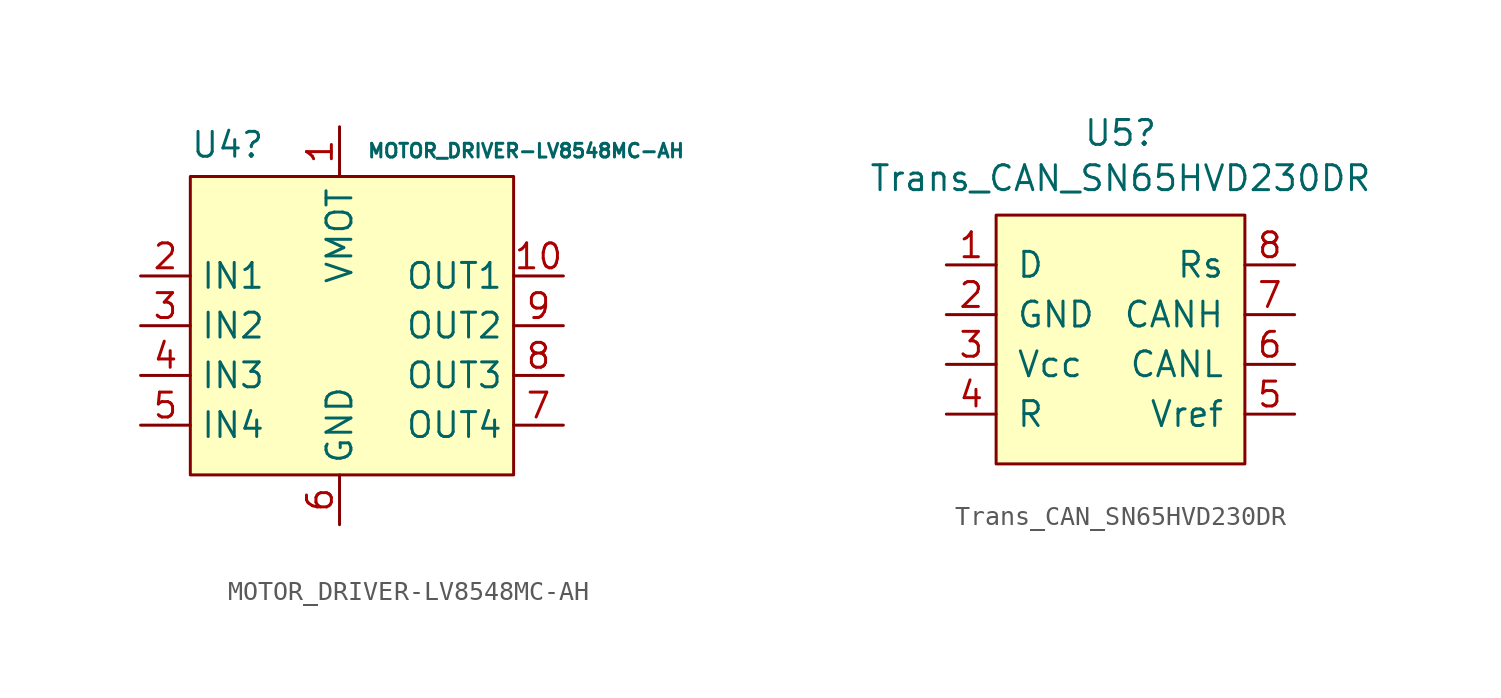
<source format=kicad_sym>
(kicad_symbol_lib
  (version 20211014)
  (generator kicad_symbol_editor)
  (symbol "MOTOR_DRIVER-LV8548MC-AH"
    (property "Reference" "U4"
      (at -5.715 10.504 0)
      (effects (font (size 1.27 1.27))))
    (property "Value" "MOTOR_DRIVER-LV8548MC-AH"
      (at 9.525 10.2 0)
      (effects (font (size 0.7 0.7))))
    (symbol "MOTOR_DRIVER-LV8548MC-AH_0_1"
      (rectangle (start -7.62 8.89) (end 8.89 -6.35) (stroke (width 0.152) (type default) (color 0 0 0 0)) (fill (type background))))
    (symbol "MOTOR_DRIVER-LV8548MC-AH_1_1"
      (pin input line (at 0 11.43 270) (length 2.54) (name "VMOT" (effects (font (size 1.27 1.27)))) (number "1" (effects (font (size 1.27 1.27)))))
      (pin output line (at 11.43 3.81 180) (length 2.54) (name "OUT1" (effects (font (size 1.27 1.27)))) (number "10" (effects (font (size 1.27 1.27)))))
      (pin input line (at -10.16 3.81 0) (length 2.54) (name "IN1" (effects (font (size 1.27 1.27)))) (number "2" (effects (font (size 1.27 1.27)))))
      (pin input line (at -10.16 1.27 0) (length 2.54) (name "IN2" (effects (font (size 1.27 1.27)))) (number "3" (effects (font (size 1.27 1.27)))))
      (pin input line (at -10.16 -1.27 0) (length 2.54) (name "IN3" (effects (font (size 1.27 1.27)))) (number "4" (effects (font (size 1.27 1.27)))))
      (pin input line (at -10.16 -3.81 0) (length 2.54) (name "IN4" (effects (font (size 1.27 1.27)))) (number "5" (effects (font (size 1.27 1.27)))))
      (pin passive line (at 0 -8.89 90) (length 2.54) (name "GND" (effects (font (size 1.27 1.27)))) (number "6" (effects (font (size 1.27 1.27)))))
      (pin output line (at 11.43 -3.81 180) (length 2.54) (name "OUT4" (effects (font (size 1.27 1.27)))) (number "7" (effects (font (size 1.27 1.27)))))
      (pin output line (at 11.43 -1.27 180) (length 2.54) (name "OUT3" (effects (font (size 1.27 1.27)))) (number "8" (effects (font (size 1.27 1.27)))))
      (pin output line (at 11.43 1.27 180) (length 2.54) (name "OUT2" (effects (font (size 1.27 1.27)))) (number "9" (effects (font (size 1.27 1.27)))))))
  (symbol "Trans_CAN_SN65HVD230DR"
    (pin_names
      (offset 1.016))
    (property "Reference" "U5"
      (at 0 10.541 0)
      (effects (font (size 1.27 1.27))))
    (property "Value" "Trans_CAN_SN65HVD230DR"
      (at 0 8.23 0)
      (effects (font (size 1.27 1.27))))
    (symbol "Trans_CAN_SN65HVD230DR_0_1"
      (rectangle (start -6.35 6.35) (end 6.35 -6.35) (stroke (width 0) (type default) (color 0 0 0 0)) (fill (type background))))
    (symbol "Trans_CAN_SN65HVD230DR_1_1"
      (pin input line (at -8.89 3.81 0) (length 2.54) (name "D" (effects (font (size 1.27 1.27)))) (number "1" (effects (font (size 1.27 1.27)))))
      (pin input line (at -8.89 1.27 0) (length 2.54) (name "GND" (effects (font (size 1.27 1.27)))) (number "2" (effects (font (size 1.27 1.27)))))
      (pin input line (at -8.89 -1.27 0) (length 2.54) (name "Vcc" (effects (font (size 1.27 1.27)))) (number "3" (effects (font (size 1.27 1.27)))))
      (pin input line (at -8.89 -3.81 0) (length 2.54) (name "R" (effects (font (size 1.27 1.27)))) (number "4" (effects (font (size 1.27 1.27)))))
      (pin input line (at 8.89 -3.81 180) (length 2.54) (name "Vref" (effects (font (size 1.27 1.27)))) (number "5" (effects (font (size 1.27 1.27)))))
      (pin input line (at 8.89 -1.27 180) (length 2.54) (name "CANL" (effects (font (size 1.27 1.27)))) (number "6" (effects (font (size 1.27 1.27)))))
      (pin input line (at 8.89 1.27 180) (length 2.54) (name "CANH" (effects (font (size 1.27 1.27)))) (number "7" (effects (font (size 1.27 1.27)))))
      (pin input line (at 8.89 3.81 180) (length 2.54) (name "Rs" (effects (font (size 1.27 1.27)))) (number "8" (effects (font (size 1.27 1.27))))))))
</source>
